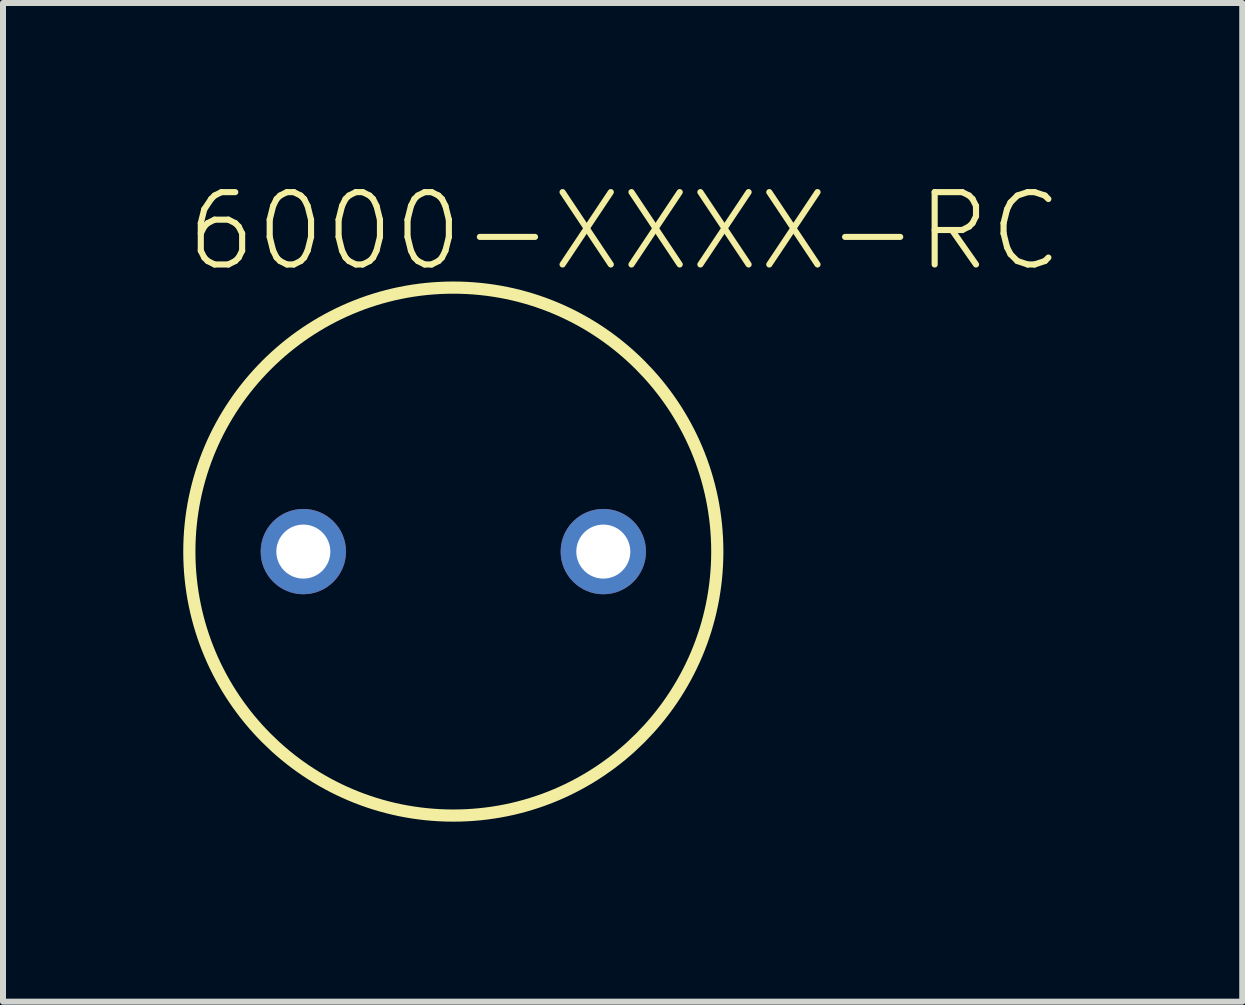
<source format=kicad_pcb>
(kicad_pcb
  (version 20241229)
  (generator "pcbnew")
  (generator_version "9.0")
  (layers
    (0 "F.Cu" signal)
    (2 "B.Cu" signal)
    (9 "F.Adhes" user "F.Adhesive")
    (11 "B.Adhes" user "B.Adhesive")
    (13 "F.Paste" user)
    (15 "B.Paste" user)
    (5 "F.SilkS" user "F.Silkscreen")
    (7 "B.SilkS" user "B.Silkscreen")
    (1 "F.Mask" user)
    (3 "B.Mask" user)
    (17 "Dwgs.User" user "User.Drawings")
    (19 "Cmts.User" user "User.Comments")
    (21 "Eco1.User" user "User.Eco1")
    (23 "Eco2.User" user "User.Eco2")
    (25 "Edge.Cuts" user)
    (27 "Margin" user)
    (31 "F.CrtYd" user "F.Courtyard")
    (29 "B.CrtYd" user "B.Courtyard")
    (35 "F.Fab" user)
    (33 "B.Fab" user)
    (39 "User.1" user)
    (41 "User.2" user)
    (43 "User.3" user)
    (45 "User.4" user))
  (footprint "6000-XXXX-RC"
    (layer "F.Cu")
    (at 4.506 6.144)
    (property "Reference" "6000-XXXX-RC" (at -4.506 -4.633 0) (layer "F.SilkS") (effects (font (size 1.206 1.206) (thickness 0.102)) (justify left bottom)))
    (attr through_hole)
    (fp_circle (center 0 0) (end 4.4 0) (stroke (width 0.203) (type solid)) (fill no) (layer "F.SilkS"))
    (pad "1" thru_hole circle (at -2.5 0) (size 1.422 1.422) (drill 0.9) (layers "*.Cu" "*.Mask"))
    (pad "2" thru_hole circle (at 2.5 0) (size 1.422 1.422) (drill 0.9) (layers "*.Cu" "*.Mask")))
  (gr_rect
    (start -3 -3)
    (end 17.656 13.646)
    (stroke (width 0.1) (type default))
    (fill no)
    (layer "Edge.Cuts")))
</source>
